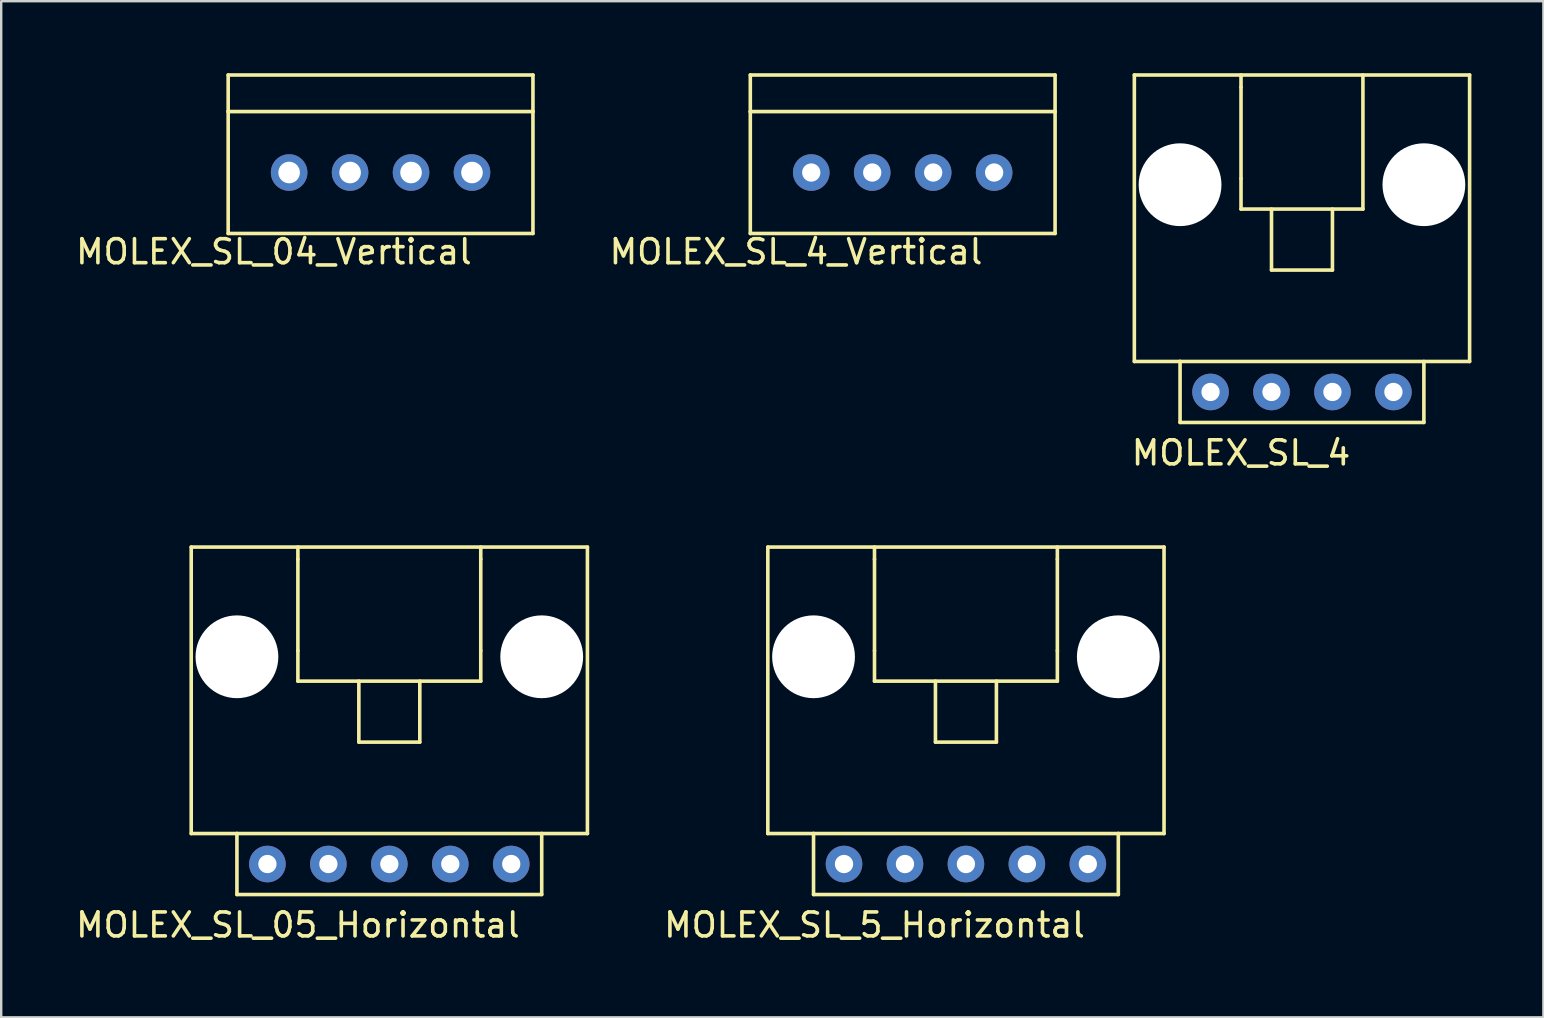
<source format=kicad_pcb>
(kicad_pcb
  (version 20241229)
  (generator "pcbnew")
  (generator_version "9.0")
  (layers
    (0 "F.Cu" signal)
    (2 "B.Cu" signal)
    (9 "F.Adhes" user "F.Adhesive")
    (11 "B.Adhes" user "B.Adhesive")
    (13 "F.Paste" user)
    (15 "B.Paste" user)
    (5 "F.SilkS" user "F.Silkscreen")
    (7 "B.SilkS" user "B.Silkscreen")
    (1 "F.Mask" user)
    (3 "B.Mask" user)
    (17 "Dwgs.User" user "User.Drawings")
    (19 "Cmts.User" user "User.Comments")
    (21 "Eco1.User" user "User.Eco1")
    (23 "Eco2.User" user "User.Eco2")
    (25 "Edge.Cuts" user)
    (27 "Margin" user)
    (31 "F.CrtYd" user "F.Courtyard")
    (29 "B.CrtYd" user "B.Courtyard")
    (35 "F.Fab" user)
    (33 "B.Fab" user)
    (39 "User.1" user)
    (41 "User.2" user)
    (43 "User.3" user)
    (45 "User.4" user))
  (footprint "MOLEX_SL_5_Horizontal"
    (layer "F.Cu")
    (at 37.2 32.954)
    (property "Reference" "MOLEX_SL_5_Horizontal" (at -3.81 2.54 0) (layer "F.SilkS") (effects (font (size 1 1) (thickness 0.15))))
    (attr through_hole)
    (fp_line (start -8.255 -13.208) (end 8.255 -13.208) (stroke (width 0.15) (type solid)) (layer "F.SilkS"))
    (fp_line (start -8.255 -1.27) (end -8.255 -13.208) (stroke (width 0.15) (type solid)) (layer "F.SilkS"))
    (fp_line (start -6.35 -1.27) (end -8.255 -1.27) (stroke (width 0.15) (type solid)) (layer "F.SilkS"))
    (fp_line (start -6.35 -1.27) (end 6.35 -1.27) (stroke (width 0.15) (type solid)) (layer "F.SilkS"))
    (fp_line (start -6.35 1.27) (end -6.35 -1.27) (stroke (width 0.15) (type solid)) (layer "F.SilkS"))
    (fp_line (start -3.81 -13.208) (end -3.81 -12.7) (stroke (width 0.15) (type solid)) (layer "F.SilkS"))
    (fp_line (start -3.81 -8.89) (end -3.81 -12.7) (stroke (width 0.15) (type solid)) (layer "F.SilkS"))
    (fp_line (start -3.81 -8.89) (end -3.81 -7.62) (stroke (width 0.15) (type solid)) (layer "F.SilkS"))
    (fp_line (start -3.81 -7.62) (end 3.81 -7.62) (stroke (width 0.15) (type solid)) (layer "F.SilkS"))
    (fp_line (start -1.27 -7.62) (end -1.27 -5.08) (stroke (width 0.15) (type solid)) (layer "F.SilkS"))
    (fp_line (start -1.27 -5.08) (end 1.27 -5.08) (stroke (width 0.15) (type solid)) (layer "F.SilkS"))
    (fp_line (start 1.27 -5.08) (end 1.27 -7.62) (stroke (width 0.15) (type solid)) (layer "F.SilkS"))
    (fp_line (start 3.81 -12.7) (end 3.81 -13.208) (stroke (width 0.15) (type solid)) (layer "F.SilkS"))
    (fp_line (start 3.81 -8.89) (end 3.81 -12.7) (stroke (width 0.15) (type solid)) (layer "F.SilkS"))
    (fp_line (start 3.81 -7.62) (end 3.81 -8.89) (stroke (width 0.15) (type solid)) (layer "F.SilkS"))
    (fp_line (start 6.35 -1.27) (end 6.35 1.27) (stroke (width 0.15) (type solid)) (layer "F.SilkS"))
    (fp_line (start 6.35 -1.27) (end 8.255 -1.27) (stroke (width 0.15) (type solid)) (layer "F.SilkS"))
    (fp_line (start 6.35 1.27) (end -6.35 1.27) (stroke (width 0.15) (type solid)) (layer "F.SilkS"))
    (fp_line (start 8.255 -1.27) (end 8.255 -13.208) (stroke (width 0.15) (type solid)) (layer "F.SilkS"))
    (pad "" np_thru_hole circle (at -6.35 -8.636) (size 3.45 3.45) (drill 3.45) (layers "*.Cu" "*.Mask"))
    (pad "" np_thru_hole circle (at 6.35 -8.636) (size 3.45 3.45) (drill 3.45) (layers "*.Cu" "*.Mask"))
    (pad "1" thru_hole circle (at -5.08 0) (size 1.524 1.524) (drill 0.762) (layers "*.Cu" "*.Mask"))
    (pad "2" thru_hole circle (at -2.54 0) (size 1.524 1.524) (drill 0.762) (layers "*.Cu" "*.Mask"))
    (pad "3" thru_hole circle (at 0 0) (size 1.524 1.524) (drill 0.762) (layers "*.Cu" "*.Mask"))
    (pad "4" thru_hole circle (at 2.54 0) (size 1.524 1.524) (drill 0.762) (layers "*.Cu" "*.Mask"))
    (pad "5" thru_hole circle (at 5.08 0) (size 1.524 1.524) (drill 0.762) (layers "*.Cu" "*.Mask")))
  (footprint "MOLEX_SL_4"
    (layer "F.Cu")
    (at 51.203 13.283)
    (property "Reference" "MOLEX_SL_4" (at -2.54 2.54 0) (layer "F.SilkS") (effects (font (size 1 1) (thickness 0.15))))
    (attr through_hole)
    (fp_line (start -6.985 -13.208) (end 6.985 -13.208) (stroke (width 0.15) (type solid)) (layer "F.SilkS"))
    (fp_line (start -6.985 -1.27) (end -6.985 -13.208) (stroke (width 0.15) (type solid)) (layer "F.SilkS"))
    (fp_line (start -5.08 -1.27) (end -6.985 -1.27) (stroke (width 0.15) (type solid)) (layer "F.SilkS"))
    (fp_line (start -5.08 -1.27) (end 6.985 -1.27) (stroke (width 0.15) (type solid)) (layer "F.SilkS"))
    (fp_line (start -5.08 1.27) (end -5.08 -1.27) (stroke (width 0.15) (type solid)) (layer "F.SilkS"))
    (fp_line (start -2.54 -13.208) (end -2.54 -12.7) (stroke (width 0.15) (type solid)) (layer "F.SilkS"))
    (fp_line (start -2.54 -8.89) (end -2.54 -12.7) (stroke (width 0.15) (type solid)) (layer "F.SilkS"))
    (fp_line (start -2.54 -8.89) (end -2.54 -7.62) (stroke (width 0.15) (type solid)) (layer "F.SilkS"))
    (fp_line (start -2.54 -7.62) (end 2.54 -7.62) (stroke (width 0.15) (type solid)) (layer "F.SilkS"))
    (fp_line (start -1.27 -7.62) (end -1.27 -5.08) (stroke (width 0.15) (type solid)) (layer "F.SilkS"))
    (fp_line (start 1.27 -7.62) (end 1.27 -5.08) (stroke (width 0.15) (type solid)) (layer "F.SilkS"))
    (fp_line (start 1.27 -5.08) (end -1.27 -5.08) (stroke (width 0.15) (type solid)) (layer "F.SilkS"))
    (fp_line (start 2.54 -13.208) (end 2.54 -7.62) (stroke (width 0.15) (type solid)) (layer "F.SilkS"))
    (fp_line (start 5.08 -1.27) (end 5.08 1.27) (stroke (width 0.15) (type solid)) (layer "F.SilkS"))
    (fp_line (start 5.08 1.27) (end -5.08 1.27) (stroke (width 0.15) (type solid)) (layer "F.SilkS"))
    (fp_line (start 6.985 -1.27) (end 6.985 -13.208) (stroke (width 0.15) (type solid)) (layer "F.SilkS"))
    (pad "" np_thru_hole circle (at -5.08 -8.636) (size 3.45 3.45) (drill 3.45) (layers "*.Cu" "*.Mask"))
    (pad "" np_thru_hole circle (at 5.08 -8.636) (size 3.45 3.45) (drill 3.45) (layers "*.Cu" "*.Mask"))
    (pad "1" thru_hole circle (at -3.81 0) (size 1.524 1.524) (drill 0.762) (layers "*.Cu" "*.Mask"))
    (pad "2" thru_hole circle (at -1.27 0) (size 1.524 1.524) (drill 0.762) (layers "*.Cu" "*.Mask"))
    (pad "3" thru_hole circle (at 1.27 0) (size 1.524 1.524) (drill 0.762) (layers "*.Cu" "*.Mask"))
    (pad "4" thru_hole circle (at 3.81 0) (size 1.524 1.524) (drill 0.762) (layers "*.Cu" "*.Mask")))
  (footprint "MOLEX_SL_04_Vertical"
    (layer "F.Cu")
    (at 8.998 4.139)
    (property "Reference" "MOLEX_SL_04_Vertical" (at -0.635 3.302 0) (layer "F.SilkS") (effects (font (size 1 1) (thickness 0.15))))
    (attr through_hole)
    (fp_line (start -2.54 -4.064) (end -2.54 -2.54) (stroke (width 0.15) (type solid)) (layer "F.SilkS"))
    (fp_line (start -2.54 -2.54) (end 10.16 -2.54) (stroke (width 0.15) (type solid)) (layer "F.SilkS"))
    (fp_line (start -2.54 2.54) (end -2.54 -2.54) (stroke (width 0.15) (type solid)) (layer "F.SilkS"))
    (fp_line (start 10.16 -4.064) (end -2.54 -4.064) (stroke (width 0.15) (type solid)) (layer "F.SilkS"))
    (fp_line (start 10.16 -2.54) (end 10.16 -4.064) (stroke (width 0.15) (type solid)) (layer "F.SilkS"))
    (fp_line (start 10.16 2.54) (end -2.54 2.54) (stroke (width 0.15) (type solid)) (layer "F.SilkS"))
    (fp_line (start 10.16 2.54) (end 10.16 -2.54) (stroke (width 0.15) (type solid)) (layer "F.SilkS"))
    (pad "1" thru_hole circle (at 0 0) (size 1.524 1.524) (drill 0.9) (layers "*.Cu" "*.Mask"))
    (pad "2" thru_hole circle (at 2.54 0) (size 1.524 1.524) (drill 0.9) (layers "*.Cu" "*.Mask"))
    (pad "3" thru_hole circle (at 5.08 0) (size 1.524 1.524) (drill 0.9) (layers "*.Cu" "*.Mask"))
    (pad "4" thru_hole circle (at 7.62 0) (size 1.524 1.524) (drill 0.9) (layers "*.Cu" "*.Mask")))
  (footprint "MOLEX_SL_4_Vertical"
    (layer "F.Cu")
    (at 34.565 4.139)
    (property "Reference" "MOLEX_SL_4_Vertical" (at -4.445 3.302 0) (layer "F.SilkS") (effects (font (size 1 1) (thickness 0.15))))
    (attr through_hole)
    (fp_line (start -6.35 -4.064) (end -6.35 -2.54) (stroke (width 0.15) (type solid)) (layer "F.SilkS"))
    (fp_line (start -6.35 -2.54) (end 6.35 -2.54) (stroke (width 0.15) (type solid)) (layer "F.SilkS"))
    (fp_line (start -6.35 2.54) (end -6.35 -2.54) (stroke (width 0.15) (type solid)) (layer "F.SilkS"))
    (fp_line (start 6.35 -4.064) (end -6.35 -4.064) (stroke (width 0.15) (type solid)) (layer "F.SilkS"))
    (fp_line (start 6.35 -2.54) (end 6.35 -4.064) (stroke (width 0.15) (type solid)) (layer "F.SilkS"))
    (fp_line (start 6.35 2.54) (end -6.35 2.54) (stroke (width 0.15) (type solid)) (layer "F.SilkS"))
    (fp_line (start 6.35 2.54) (end 6.35 -2.54) (stroke (width 0.15) (type solid)) (layer "F.SilkS"))
    (pad "1" thru_hole circle (at -3.81 0) (size 1.524 1.524) (drill 0.762) (layers "*.Cu" "*.Mask"))
    (pad "2" thru_hole circle (at -1.27 0) (size 1.524 1.524) (drill 0.762) (layers "*.Cu" "*.Mask"))
    (pad "3" thru_hole circle (at 1.27 0) (size 1.524 1.524) (drill 0.762) (layers "*.Cu" "*.Mask"))
    (pad "4" thru_hole circle (at 3.81 0) (size 1.524 1.524) (drill 0.762) (layers "*.Cu" "*.Mask")))
  (footprint "MOLEX_SL_05_Horizontal"
    (layer "F.Cu")
    (at 13.173 32.954)
    (property "Reference" "MOLEX_SL_05_Horizontal" (at -3.81 2.54 0) (layer "F.SilkS") (effects (font (size 1 1) (thickness 0.15))))
    (attr through_hole)
    (fp_line (start -8.255 -13.208) (end 8.255 -13.208) (stroke (width 0.15) (type solid)) (layer "F.SilkS"))
    (fp_line (start -8.255 -1.27) (end -8.255 -13.208) (stroke (width 0.15) (type solid)) (layer "F.SilkS"))
    (fp_line (start -6.35 -1.27) (end -8.255 -1.27) (stroke (width 0.15) (type solid)) (layer "F.SilkS"))
    (fp_line (start -6.35 -1.27) (end 6.35 -1.27) (stroke (width 0.15) (type solid)) (layer "F.SilkS"))
    (fp_line (start -6.35 1.27) (end -6.35 -1.27) (stroke (width 0.15) (type solid)) (layer "F.SilkS"))
    (fp_line (start -3.81 -13.208) (end -3.81 -12.7) (stroke (width 0.15) (type solid)) (layer "F.SilkS"))
    (fp_line (start -3.81 -8.89) (end -3.81 -12.7) (stroke (width 0.15) (type solid)) (layer "F.SilkS"))
    (fp_line (start -3.81 -8.89) (end -3.81 -7.62) (stroke (width 0.15) (type solid)) (layer "F.SilkS"))
    (fp_line (start -3.81 -7.62) (end 3.81 -7.62) (stroke (width 0.15) (type solid)) (layer "F.SilkS"))
    (fp_line (start -1.27 -7.62) (end -1.27 -5.08) (stroke (width 0.15) (type solid)) (layer "F.SilkS"))
    (fp_line (start -1.27 -5.08) (end 1.27 -5.08) (stroke (width 0.15) (type solid)) (layer "F.SilkS"))
    (fp_line (start 1.27 -5.08) (end 1.27 -7.62) (stroke (width 0.15) (type solid)) (layer "F.SilkS"))
    (fp_line (start 3.81 -12.7) (end 3.81 -13.208) (stroke (width 0.15) (type solid)) (layer "F.SilkS"))
    (fp_line (start 3.81 -8.89) (end 3.81 -12.7) (stroke (width 0.15) (type solid)) (layer "F.SilkS"))
    (fp_line (start 3.81 -7.62) (end 3.81 -8.89) (stroke (width 0.15) (type solid)) (layer "F.SilkS"))
    (fp_line (start 6.35 -1.27) (end 6.35 1.27) (stroke (width 0.15) (type solid)) (layer "F.SilkS"))
    (fp_line (start 6.35 -1.27) (end 8.255 -1.27) (stroke (width 0.15) (type solid)) (layer "F.SilkS"))
    (fp_line (start 6.35 1.27) (end -6.35 1.27) (stroke (width 0.15) (type solid)) (layer "F.SilkS"))
    (fp_line (start 8.255 -1.27) (end 8.255 -13.208) (stroke (width 0.15) (type solid)) (layer "F.SilkS"))
    (pad "" np_thru_hole circle (at -6.35 -8.636) (size 3.45 3.45) (drill 3.45) (layers "*.Cu" "*.Mask"))
    (pad "" np_thru_hole circle (at 6.35 -8.636) (size 3.45 3.45) (drill 3.45) (layers "*.Cu" "*.Mask"))
    (pad "1" thru_hole circle (at -5.08 0) (size 1.524 1.524) (drill 0.762) (layers "*.Cu" "*.Mask"))
    (pad "2" thru_hole circle (at -2.54 0) (size 1.524 1.524) (drill 0.762) (layers "*.Cu" "*.Mask"))
    (pad "3" thru_hole circle (at 0 0) (size 1.524 1.524) (drill 0.762) (layers "*.Cu" "*.Mask"))
    (pad "4" thru_hole circle (at 2.54 0) (size 1.524 1.524) (drill 0.762) (layers "*.Cu" "*.Mask"))
    (pad "5" thru_hole circle (at 5.08 0) (size 1.524 1.524) (drill 0.762) (layers "*.Cu" "*.Mask")))
  (gr_rect
    (start -3 -3)
    (end 61.263 39.343)
    (stroke (width 0.1) (type default))
    (fill no)
    (layer "Edge.Cuts")))
</source>
